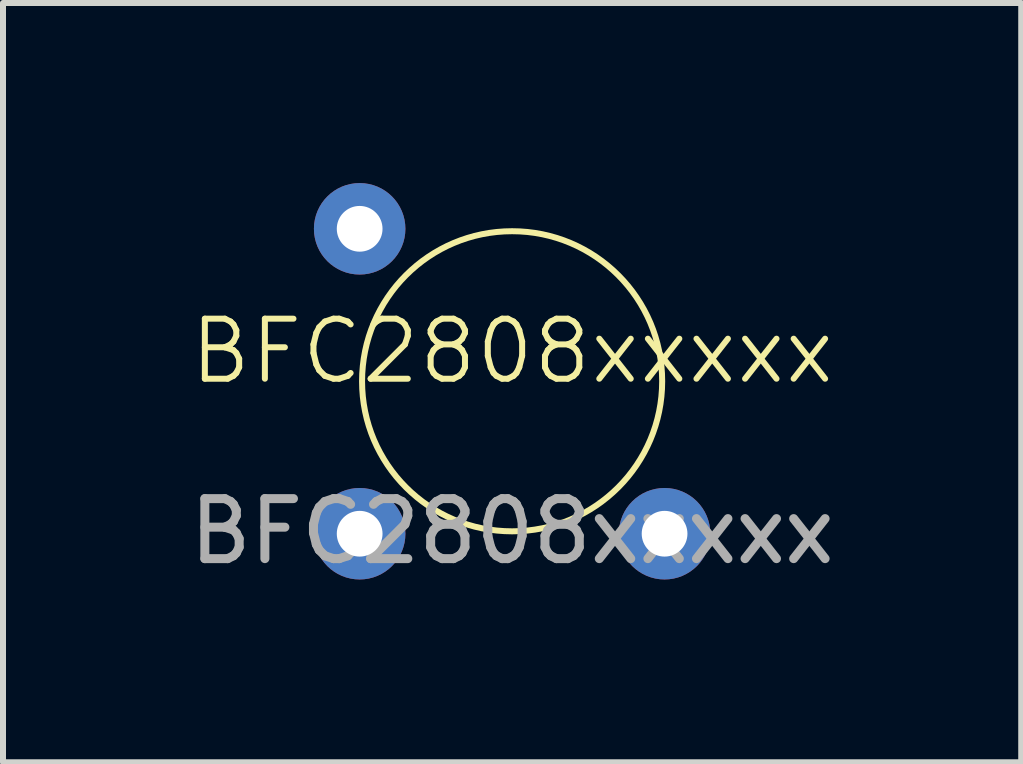
<source format=kicad_pcb>
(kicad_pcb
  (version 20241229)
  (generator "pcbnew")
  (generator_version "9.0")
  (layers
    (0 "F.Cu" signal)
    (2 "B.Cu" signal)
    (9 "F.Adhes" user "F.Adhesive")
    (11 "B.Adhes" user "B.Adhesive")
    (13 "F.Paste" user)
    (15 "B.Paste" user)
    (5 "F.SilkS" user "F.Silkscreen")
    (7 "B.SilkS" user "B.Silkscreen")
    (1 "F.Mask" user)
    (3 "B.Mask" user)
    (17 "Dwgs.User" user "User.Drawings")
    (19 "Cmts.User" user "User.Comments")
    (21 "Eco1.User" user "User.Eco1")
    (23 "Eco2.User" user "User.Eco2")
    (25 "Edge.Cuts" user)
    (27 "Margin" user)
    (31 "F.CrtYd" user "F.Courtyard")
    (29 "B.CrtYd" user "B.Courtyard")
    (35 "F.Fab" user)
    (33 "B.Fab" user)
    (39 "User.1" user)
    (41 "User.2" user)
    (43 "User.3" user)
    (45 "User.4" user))
  (footprint "BFC2808xxxxx"
    (layer "F.Cu")
    (at 5.482 3.302)
    (property "Reference" "BFC2808xxxxx" (at 0 -0.5 0) (unlocked yes) (layer "F.SilkS") (effects (font (size 1 1) (thickness 0.1))))
    (attr through_hole)
    (fp_circle (center 0 0) (end 2.5 0) (stroke (width 0.1) (type default)) (fill no) (layer "F.SilkS"))
    (fp_text user "${REFERENCE}" (at 0 2.5 0) (unlocked yes) (layer "F.Fab") (effects (font (size 1 1) (thickness 0.15))))
    (pad "1" thru_hole circle (at -2.54 -2.54) (size 1.524 1.524) (drill 0.762) (layers "*.Cu" "*.Mask"))
    (pad "1" thru_hole circle (at 2.54 2.54) (size 1.524 1.524) (drill 0.762) (layers "*.Cu" "*.Mask"))
    (pad "2" thru_hole circle (at -2.54 2.54) (size 1.524 1.524) (drill 0.762) (layers "*.Cu" "*.Mask")))
  (gr_rect
    (start -3 -3)
    (end 13.964 9.65)
    (stroke (width 0.1) (type default))
    (fill no)
    (layer "Edge.Cuts")))
</source>
